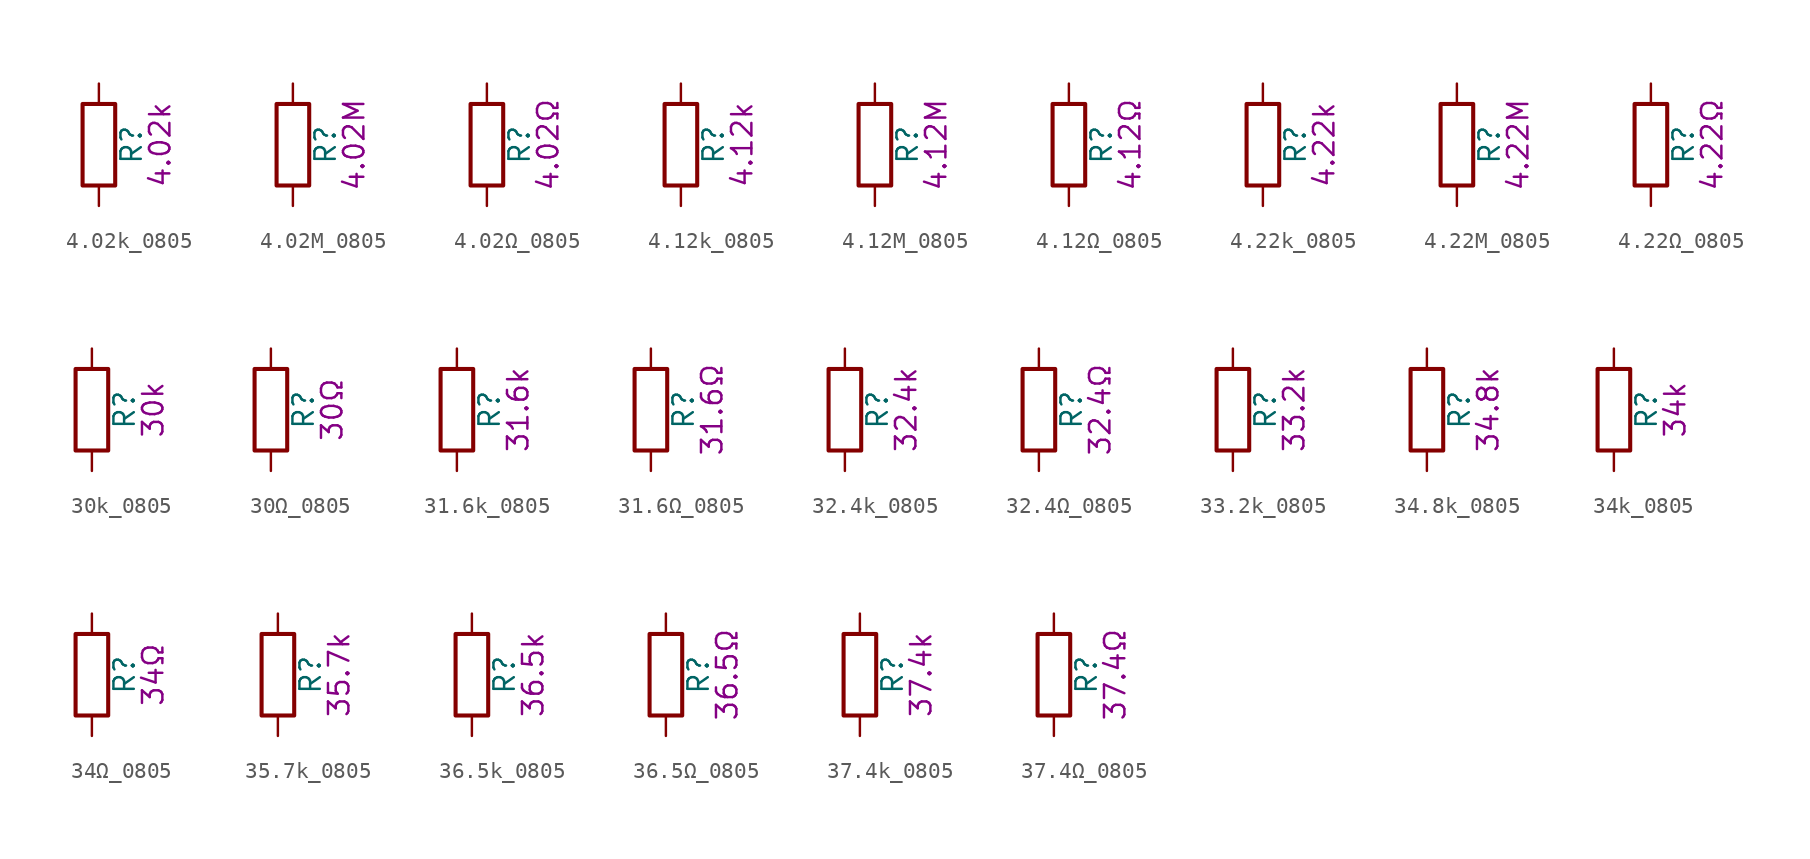
<source format=kicad_sym>
(kicad_symbol_lib
  (version 20211014)
  (generator kicad_symbol_editor)
  (symbol "4.02k_0805"
    (pin_numbers hide)
    (pin_names
      (offset 0))
    (property "Reference" "R"
      (at 2.032 0 90)
      (effects (font (size 1.27 1.27))))
    (property "Display" "4.02k"
      (at 3.81 0 90)
      (effects (font (size 1.27 1.27))))
    (symbol "4.02k_0805_0_1"
      (rectangle (start -1.016 -2.54) (end 1.016 2.54) (stroke (width 0.254) (type default) (color 0 0 0 0)) (fill (type none))))
    (symbol "4.02k_0805_1_1"
      (pin passive line (at 0 3.81 270) (length 1.27) (name "~" (effects (font (size 1.27 1.27)))) (number "1" (effects (font (size 1.27 1.27)))))
      (pin passive line (at 0 -3.81 90) (length 1.27) (name "~" (effects (font (size 1.27 1.27)))) (number "2" (effects (font (size 1.27 1.27)))))))
  (symbol "4.02M_0805"
    (pin_numbers hide)
    (pin_names
      (offset 0))
    (property "Reference" "R"
      (at 2.032 0 90)
      (effects (font (size 1.27 1.27))))
    (property "Display" "4.02M"
      (at 3.81 0 90)
      (effects (font (size 1.27 1.27))))
    (symbol "4.02M_0805_0_1"
      (rectangle (start -1.016 -2.54) (end 1.016 2.54) (stroke (width 0.254) (type default) (color 0 0 0 0)) (fill (type none))))
    (symbol "4.02M_0805_1_1"
      (pin passive line (at 0 3.81 270) (length 1.27) (name "~" (effects (font (size 1.27 1.27)))) (number "1" (effects (font (size 1.27 1.27)))))
      (pin passive line (at 0 -3.81 90) (length 1.27) (name "~" (effects (font (size 1.27 1.27)))) (number "2" (effects (font (size 1.27 1.27)))))))
  (symbol "4.02Ω_0805"
    (pin_numbers hide)
    (pin_names
      (offset 0))
    (property "Reference" "R"
      (at 2.032 0 90)
      (effects (font (size 1.27 1.27))))
    (property "Display" "4.02Ω"
      (at 3.81 0 90)
      (effects (font (size 1.27 1.27))))
    (symbol "4.02Ω_0805_0_1"
      (rectangle (start -1.016 -2.54) (end 1.016 2.54) (stroke (width 0.254) (type default) (color 0 0 0 0)) (fill (type none))))
    (symbol "4.02Ω_0805_1_1"
      (pin passive line (at 0 3.81 270) (length 1.27) (name "~" (effects (font (size 1.27 1.27)))) (number "1" (effects (font (size 1.27 1.27)))))
      (pin passive line (at 0 -3.81 90) (length 1.27) (name "~" (effects (font (size 1.27 1.27)))) (number "2" (effects (font (size 1.27 1.27)))))))
  (symbol "4.12k_0805"
    (pin_numbers hide)
    (pin_names
      (offset 0))
    (property "Reference" "R"
      (at 2.032 0 90)
      (effects (font (size 1.27 1.27))))
    (property "Display" "4.12k"
      (at 3.81 0 90)
      (effects (font (size 1.27 1.27))))
    (symbol "4.12k_0805_0_1"
      (rectangle (start -1.016 -2.54) (end 1.016 2.54) (stroke (width 0.254) (type default) (color 0 0 0 0)) (fill (type none))))
    (symbol "4.12k_0805_1_1"
      (pin passive line (at 0 3.81 270) (length 1.27) (name "~" (effects (font (size 1.27 1.27)))) (number "1" (effects (font (size 1.27 1.27)))))
      (pin passive line (at 0 -3.81 90) (length 1.27) (name "~" (effects (font (size 1.27 1.27)))) (number "2" (effects (font (size 1.27 1.27)))))))
  (symbol "4.12M_0805"
    (pin_numbers hide)
    (pin_names
      (offset 0))
    (property "Reference" "R"
      (at 2.032 0 90)
      (effects (font (size 1.27 1.27))))
    (property "Display" "4.12M"
      (at 3.81 0 90)
      (effects (font (size 1.27 1.27))))
    (symbol "4.12M_0805_0_1"
      (rectangle (start -1.016 -2.54) (end 1.016 2.54) (stroke (width 0.254) (type default) (color 0 0 0 0)) (fill (type none))))
    (symbol "4.12M_0805_1_1"
      (pin passive line (at 0 3.81 270) (length 1.27) (name "~" (effects (font (size 1.27 1.27)))) (number "1" (effects (font (size 1.27 1.27)))))
      (pin passive line (at 0 -3.81 90) (length 1.27) (name "~" (effects (font (size 1.27 1.27)))) (number "2" (effects (font (size 1.27 1.27)))))))
  (symbol "4.12Ω_0805"
    (pin_numbers hide)
    (pin_names
      (offset 0))
    (property "Reference" "R"
      (at 2.032 0 90)
      (effects (font (size 1.27 1.27))))
    (property "Display" "4.12Ω"
      (at 3.81 0 90)
      (effects (font (size 1.27 1.27))))
    (symbol "4.12Ω_0805_0_1"
      (rectangle (start -1.016 -2.54) (end 1.016 2.54) (stroke (width 0.254) (type default) (color 0 0 0 0)) (fill (type none))))
    (symbol "4.12Ω_0805_1_1"
      (pin passive line (at 0 3.81 270) (length 1.27) (name "~" (effects (font (size 1.27 1.27)))) (number "1" (effects (font (size 1.27 1.27)))))
      (pin passive line (at 0 -3.81 90) (length 1.27) (name "~" (effects (font (size 1.27 1.27)))) (number "2" (effects (font (size 1.27 1.27)))))))
  (symbol "4.22k_0805"
    (pin_numbers hide)
    (pin_names
      (offset 0))
    (property "Reference" "R"
      (at 2.032 0 90)
      (effects (font (size 1.27 1.27))))
    (property "Display" "4.22k"
      (at 3.81 0 90)
      (effects (font (size 1.27 1.27))))
    (symbol "4.22k_0805_0_1"
      (rectangle (start -1.016 -2.54) (end 1.016 2.54) (stroke (width 0.254) (type default) (color 0 0 0 0)) (fill (type none))))
    (symbol "4.22k_0805_1_1"
      (pin passive line (at 0 3.81 270) (length 1.27) (name "~" (effects (font (size 1.27 1.27)))) (number "1" (effects (font (size 1.27 1.27)))))
      (pin passive line (at 0 -3.81 90) (length 1.27) (name "~" (effects (font (size 1.27 1.27)))) (number "2" (effects (font (size 1.27 1.27)))))))
  (symbol "4.22M_0805"
    (pin_numbers hide)
    (pin_names
      (offset 0))
    (property "Reference" "R"
      (at 2.032 0 90)
      (effects (font (size 1.27 1.27))))
    (property "Display" "4.22M"
      (at 3.81 0 90)
      (effects (font (size 1.27 1.27))))
    (symbol "4.22M_0805_0_1"
      (rectangle (start -1.016 -2.54) (end 1.016 2.54) (stroke (width 0.254) (type default) (color 0 0 0 0)) (fill (type none))))
    (symbol "4.22M_0805_1_1"
      (pin passive line (at 0 3.81 270) (length 1.27) (name "~" (effects (font (size 1.27 1.27)))) (number "1" (effects (font (size 1.27 1.27)))))
      (pin passive line (at 0 -3.81 90) (length 1.27) (name "~" (effects (font (size 1.27 1.27)))) (number "2" (effects (font (size 1.27 1.27)))))))
  (symbol "4.22Ω_0805"
    (pin_numbers hide)
    (pin_names
      (offset 0))
    (property "Reference" "R"
      (at 2.032 0 90)
      (effects (font (size 1.27 1.27))))
    (property "Display" "4.22Ω"
      (at 3.81 0 90)
      (effects (font (size 1.27 1.27))))
    (symbol "4.22Ω_0805_0_1"
      (rectangle (start -1.016 -2.54) (end 1.016 2.54) (stroke (width 0.254) (type default) (color 0 0 0 0)) (fill (type none))))
    (symbol "4.22Ω_0805_1_1"
      (pin passive line (at 0 3.81 270) (length 1.27) (name "~" (effects (font (size 1.27 1.27)))) (number "1" (effects (font (size 1.27 1.27)))))
      (pin passive line (at 0 -3.81 90) (length 1.27) (name "~" (effects (font (size 1.27 1.27)))) (number "2" (effects (font (size 1.27 1.27)))))))
  (symbol "30k_0805"
    (pin_numbers hide)
    (pin_names
      (offset 0))
    (property "Reference" "R"
      (at 2.032 0 90)
      (effects (font (size 1.27 1.27))))
    (property "Display" "30k"
      (at 3.81 0 90)
      (effects (font (size 1.27 1.27))))
    (symbol "30k_0805_0_1"
      (rectangle (start -1.016 -2.54) (end 1.016 2.54) (stroke (width 0.254) (type default) (color 0 0 0 0)) (fill (type none))))
    (symbol "30k_0805_1_1"
      (pin passive line (at 0 3.81 270) (length 1.27) (name "~" (effects (font (size 1.27 1.27)))) (number "1" (effects (font (size 1.27 1.27)))))
      (pin passive line (at 0 -3.81 90) (length 1.27) (name "~" (effects (font (size 1.27 1.27)))) (number "2" (effects (font (size 1.27 1.27)))))))
  (symbol "30Ω_0805"
    (pin_numbers hide)
    (pin_names
      (offset 0))
    (property "Reference" "R"
      (at 2.032 0 90)
      (effects (font (size 1.27 1.27))))
    (property "Display" "30Ω"
      (at 3.81 0 90)
      (effects (font (size 1.27 1.27))))
    (symbol "30Ω_0805_0_1"
      (rectangle (start -1.016 -2.54) (end 1.016 2.54) (stroke (width 0.254) (type default) (color 0 0 0 0)) (fill (type none))))
    (symbol "30Ω_0805_1_1"
      (pin passive line (at 0 3.81 270) (length 1.27) (name "~" (effects (font (size 1.27 1.27)))) (number "1" (effects (font (size 1.27 1.27)))))
      (pin passive line (at 0 -3.81 90) (length 1.27) (name "~" (effects (font (size 1.27 1.27)))) (number "2" (effects (font (size 1.27 1.27)))))))
  (symbol "31.6k_0805"
    (pin_numbers hide)
    (pin_names
      (offset 0))
    (property "Reference" "R"
      (at 2.032 0 90)
      (effects (font (size 1.27 1.27))))
    (property "Display" "31.6k"
      (at 3.81 0 90)
      (effects (font (size 1.27 1.27))))
    (symbol "31.6k_0805_0_1"
      (rectangle (start -1.016 -2.54) (end 1.016 2.54) (stroke (width 0.254) (type default) (color 0 0 0 0)) (fill (type none))))
    (symbol "31.6k_0805_1_1"
      (pin passive line (at 0 3.81 270) (length 1.27) (name "~" (effects (font (size 1.27 1.27)))) (number "1" (effects (font (size 1.27 1.27)))))
      (pin passive line (at 0 -3.81 90) (length 1.27) (name "~" (effects (font (size 1.27 1.27)))) (number "2" (effects (font (size 1.27 1.27)))))))
  (symbol "31.6Ω_0805"
    (pin_numbers hide)
    (pin_names
      (offset 0))
    (property "Reference" "R"
      (at 2.032 0 90)
      (effects (font (size 1.27 1.27))))
    (property "Display" "31.6Ω"
      (at 3.81 0 90)
      (effects (font (size 1.27 1.27))))
    (symbol "31.6Ω_0805_0_1"
      (rectangle (start -1.016 -2.54) (end 1.016 2.54) (stroke (width 0.254) (type default) (color 0 0 0 0)) (fill (type none))))
    (symbol "31.6Ω_0805_1_1"
      (pin passive line (at 0 3.81 270) (length 1.27) (name "~" (effects (font (size 1.27 1.27)))) (number "1" (effects (font (size 1.27 1.27)))))
      (pin passive line (at 0 -3.81 90) (length 1.27) (name "~" (effects (font (size 1.27 1.27)))) (number "2" (effects (font (size 1.27 1.27)))))))
  (symbol "32.4k_0805"
    (pin_numbers hide)
    (pin_names
      (offset 0))
    (property "Reference" "R"
      (at 2.032 0 90)
      (effects (font (size 1.27 1.27))))
    (property "Display" "32.4k"
      (at 3.81 0 90)
      (effects (font (size 1.27 1.27))))
    (symbol "32.4k_0805_0_1"
      (rectangle (start -1.016 -2.54) (end 1.016 2.54) (stroke (width 0.254) (type default) (color 0 0 0 0)) (fill (type none))))
    (symbol "32.4k_0805_1_1"
      (pin passive line (at 0 3.81 270) (length 1.27) (name "~" (effects (font (size 1.27 1.27)))) (number "1" (effects (font (size 1.27 1.27)))))
      (pin passive line (at 0 -3.81 90) (length 1.27) (name "~" (effects (font (size 1.27 1.27)))) (number "2" (effects (font (size 1.27 1.27)))))))
  (symbol "32.4Ω_0805"
    (pin_numbers hide)
    (pin_names
      (offset 0))
    (property "Reference" "R"
      (at 2.032 0 90)
      (effects (font (size 1.27 1.27))))
    (property "Display" "32.4Ω"
      (at 3.81 0 90)
      (effects (font (size 1.27 1.27))))
    (symbol "32.4Ω_0805_0_1"
      (rectangle (start -1.016 -2.54) (end 1.016 2.54) (stroke (width 0.254) (type default) (color 0 0 0 0)) (fill (type none))))
    (symbol "32.4Ω_0805_1_1"
      (pin passive line (at 0 3.81 270) (length 1.27) (name "~" (effects (font (size 1.27 1.27)))) (number "1" (effects (font (size 1.27 1.27)))))
      (pin passive line (at 0 -3.81 90) (length 1.27) (name "~" (effects (font (size 1.27 1.27)))) (number "2" (effects (font (size 1.27 1.27)))))))
  (symbol "33.2k_0805"
    (pin_numbers hide)
    (pin_names
      (offset 0))
    (property "Reference" "R"
      (at 2.032 0 90)
      (effects (font (size 1.27 1.27))))
    (property "Display" "33.2k"
      (at 3.81 0 90)
      (effects (font (size 1.27 1.27))))
    (symbol "33.2k_0805_0_1"
      (rectangle (start -1.016 -2.54) (end 1.016 2.54) (stroke (width 0.254) (type default) (color 0 0 0 0)) (fill (type none))))
    (symbol "33.2k_0805_1_1"
      (pin passive line (at 0 3.81 270) (length 1.27) (name "~" (effects (font (size 1.27 1.27)))) (number "1" (effects (font (size 1.27 1.27)))))
      (pin passive line (at 0 -3.81 90) (length 1.27) (name "~" (effects (font (size 1.27 1.27)))) (number "2" (effects (font (size 1.27 1.27)))))))
  (symbol "34.8k_0805"
    (pin_numbers hide)
    (pin_names
      (offset 0))
    (property "Reference" "R"
      (at 2.032 0 90)
      (effects (font (size 1.27 1.27))))
    (property "Display" "34.8k"
      (at 3.81 0 90)
      (effects (font (size 1.27 1.27))))
    (symbol "34.8k_0805_0_1"
      (rectangle (start -1.016 -2.54) (end 1.016 2.54) (stroke (width 0.254) (type default) (color 0 0 0 0)) (fill (type none))))
    (symbol "34.8k_0805_1_1"
      (pin passive line (at 0 3.81 270) (length 1.27) (name "~" (effects (font (size 1.27 1.27)))) (number "1" (effects (font (size 1.27 1.27)))))
      (pin passive line (at 0 -3.81 90) (length 1.27) (name "~" (effects (font (size 1.27 1.27)))) (number "2" (effects (font (size 1.27 1.27)))))))
  (symbol "34k_0805"
    (pin_numbers hide)
    (pin_names
      (offset 0))
    (property "Reference" "R"
      (at 2.032 0 90)
      (effects (font (size 1.27 1.27))))
    (property "Display" "34k"
      (at 3.81 0 90)
      (effects (font (size 1.27 1.27))))
    (symbol "34k_0805_0_1"
      (rectangle (start -1.016 -2.54) (end 1.016 2.54) (stroke (width 0.254) (type default) (color 0 0 0 0)) (fill (type none))))
    (symbol "34k_0805_1_1"
      (pin passive line (at 0 3.81 270) (length 1.27) (name "~" (effects (font (size 1.27 1.27)))) (number "1" (effects (font (size 1.27 1.27)))))
      (pin passive line (at 0 -3.81 90) (length 1.27) (name "~" (effects (font (size 1.27 1.27)))) (number "2" (effects (font (size 1.27 1.27)))))))
  (symbol "34Ω_0805"
    (pin_numbers hide)
    (pin_names
      (offset 0))
    (property "Reference" "R"
      (at 2.032 0 90)
      (effects (font (size 1.27 1.27))))
    (property "Display" "34Ω"
      (at 3.81 0 90)
      (effects (font (size 1.27 1.27))))
    (symbol "34Ω_0805_0_1"
      (rectangle (start -1.016 -2.54) (end 1.016 2.54) (stroke (width 0.254) (type default) (color 0 0 0 0)) (fill (type none))))
    (symbol "34Ω_0805_1_1"
      (pin passive line (at 0 3.81 270) (length 1.27) (name "~" (effects (font (size 1.27 1.27)))) (number "1" (effects (font (size 1.27 1.27)))))
      (pin passive line (at 0 -3.81 90) (length 1.27) (name "~" (effects (font (size 1.27 1.27)))) (number "2" (effects (font (size 1.27 1.27)))))))
  (symbol "35.7k_0805"
    (pin_numbers hide)
    (pin_names
      (offset 0))
    (property "Reference" "R"
      (at 2.032 0 90)
      (effects (font (size 1.27 1.27))))
    (property "Display" "35.7k"
      (at 3.81 0 90)
      (effects (font (size 1.27 1.27))))
    (symbol "35.7k_0805_0_1"
      (rectangle (start -1.016 -2.54) (end 1.016 2.54) (stroke (width 0.254) (type default) (color 0 0 0 0)) (fill (type none))))
    (symbol "35.7k_0805_1_1"
      (pin passive line (at 0 3.81 270) (length 1.27) (name "~" (effects (font (size 1.27 1.27)))) (number "1" (effects (font (size 1.27 1.27)))))
      (pin passive line (at 0 -3.81 90) (length 1.27) (name "~" (effects (font (size 1.27 1.27)))) (number "2" (effects (font (size 1.27 1.27)))))))
  (symbol "36.5k_0805"
    (pin_numbers hide)
    (pin_names
      (offset 0))
    (property "Reference" "R"
      (at 2.032 0 90)
      (effects (font (size 1.27 1.27))))
    (property "Display" "36.5k"
      (at 3.81 0 90)
      (effects (font (size 1.27 1.27))))
    (symbol "36.5k_0805_0_1"
      (rectangle (start -1.016 -2.54) (end 1.016 2.54) (stroke (width 0.254) (type default) (color 0 0 0 0)) (fill (type none))))
    (symbol "36.5k_0805_1_1"
      (pin passive line (at 0 3.81 270) (length 1.27) (name "~" (effects (font (size 1.27 1.27)))) (number "1" (effects (font (size 1.27 1.27)))))
      (pin passive line (at 0 -3.81 90) (length 1.27) (name "~" (effects (font (size 1.27 1.27)))) (number "2" (effects (font (size 1.27 1.27)))))))
  (symbol "36.5Ω_0805"
    (pin_numbers hide)
    (pin_names
      (offset 0))
    (property "Reference" "R"
      (at 2.032 0 90)
      (effects (font (size 1.27 1.27))))
    (property "Display" "36.5Ω"
      (at 3.81 0 90)
      (effects (font (size 1.27 1.27))))
    (symbol "36.5Ω_0805_0_1"
      (rectangle (start -1.016 -2.54) (end 1.016 2.54) (stroke (width 0.254) (type default) (color 0 0 0 0)) (fill (type none))))
    (symbol "36.5Ω_0805_1_1"
      (pin passive line (at 0 3.81 270) (length 1.27) (name "~" (effects (font (size 1.27 1.27)))) (number "1" (effects (font (size 1.27 1.27)))))
      (pin passive line (at 0 -3.81 90) (length 1.27) (name "~" (effects (font (size 1.27 1.27)))) (number "2" (effects (font (size 1.27 1.27)))))))
  (symbol "37.4k_0805"
    (pin_numbers hide)
    (pin_names
      (offset 0))
    (property "Reference" "R"
      (at 2.032 0 90)
      (effects (font (size 1.27 1.27))))
    (property "Display" "37.4k"
      (at 3.81 0 90)
      (effects (font (size 1.27 1.27))))
    (symbol "37.4k_0805_0_1"
      (rectangle (start -1.016 -2.54) (end 1.016 2.54) (stroke (width 0.254) (type default) (color 0 0 0 0)) (fill (type none))))
    (symbol "37.4k_0805_1_1"
      (pin passive line (at 0 3.81 270) (length 1.27) (name "~" (effects (font (size 1.27 1.27)))) (number "1" (effects (font (size 1.27 1.27)))))
      (pin passive line (at 0 -3.81 90) (length 1.27) (name "~" (effects (font (size 1.27 1.27)))) (number "2" (effects (font (size 1.27 1.27)))))))
  (symbol "37.4Ω_0805"
    (pin_numbers hide)
    (pin_names
      (offset 0))
    (property "Reference" "R"
      (at 2.032 0 90)
      (effects (font (size 1.27 1.27))))
    (property "Display" "37.4Ω"
      (at 3.81 0 90)
      (effects (font (size 1.27 1.27))))
    (symbol "37.4Ω_0805_0_1"
      (rectangle (start -1.016 -2.54) (end 1.016 2.54) (stroke (width 0.254) (type default) (color 0 0 0 0)) (fill (type none))))
    (symbol "37.4Ω_0805_1_1"
      (pin passive line (at 0 3.81 270) (length 1.27) (name "~" (effects (font (size 1.27 1.27)))) (number "1" (effects (font (size 1.27 1.27)))))
      (pin passive line (at 0 -3.81 90) (length 1.27) (name "~" (effects (font (size 1.27 1.27)))) (number "2" (effects (font (size 1.27 1.27))))))))
</source>
